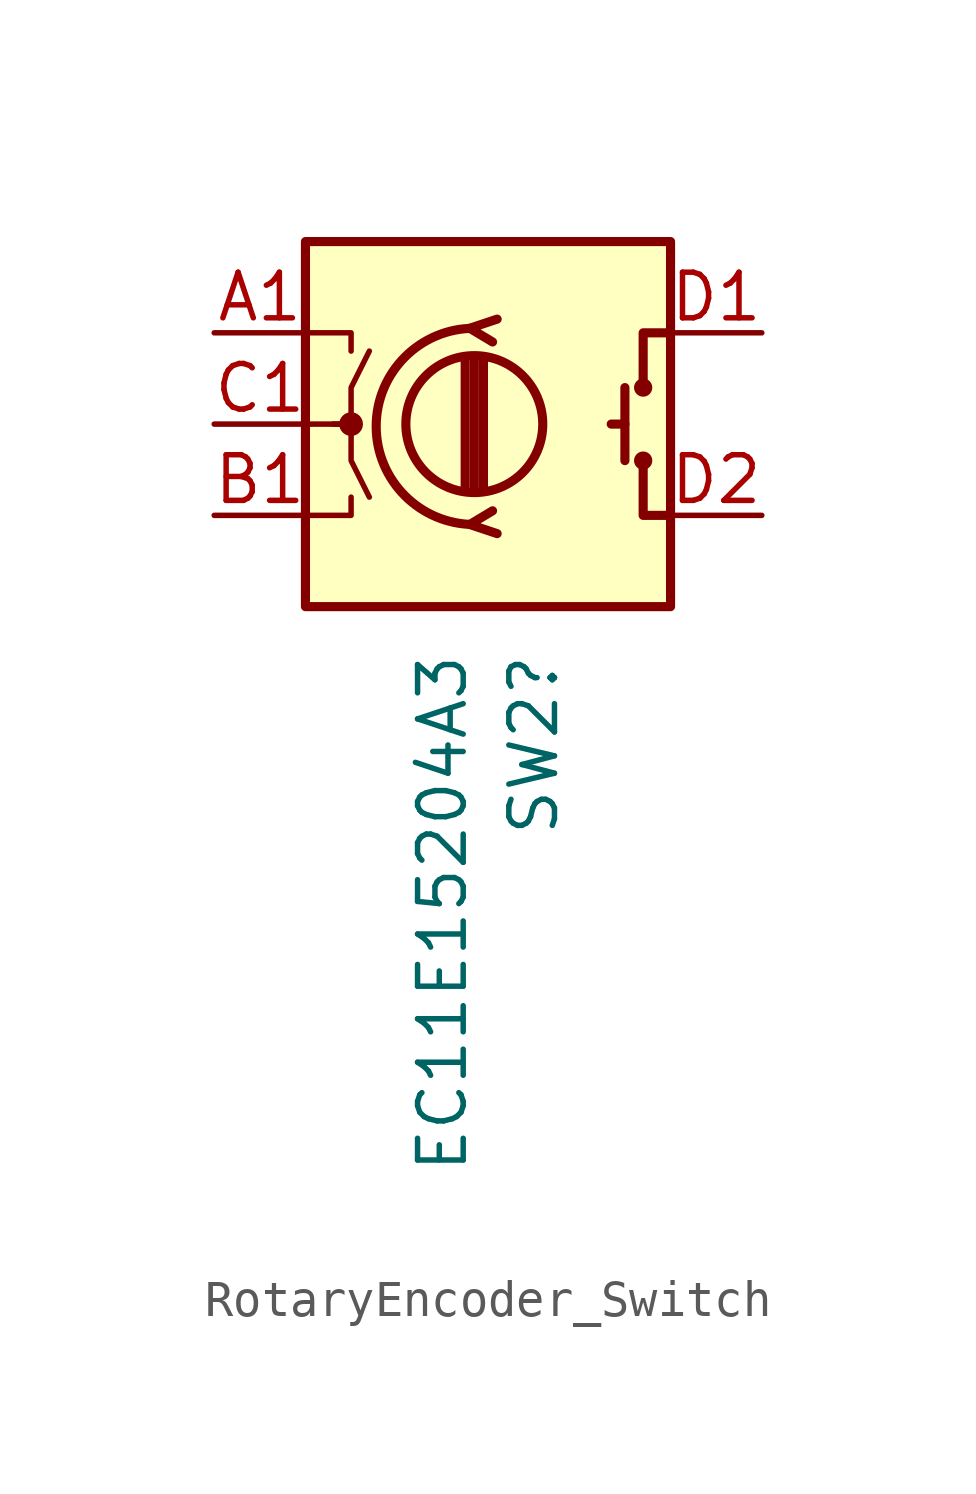
<source format=kicad_sym>
(kicad_symbol_lib
  (version 20241209)
  (generator "kicad_symbol_editor")
  (generator_version "9.0")
  (symbol "RotaryEncoder_Switch"
    (pin_names
      (offset 0.254)
      (hide yes))
    (property "Reference" "SW2"
      (at 1.27 -6.35 90)
      (effects (font (size 1.27 1.27)) (justify right)))
    (property "Value" "EC11E15204A3"
      (at -1.27 -6.35 90)
      (effects (font (size 1.27 1.27)) (justify right)))
    (symbol "RotaryEncoder_Switch_0_1"
      (rectangle (start -5.08 5.08) (end 5.08 -5.08) (stroke (width 0.254) (type default)) (fill (type background)))
      (polyline (pts (xy -5.08 2.54) (xy -3.81 2.54) (xy -3.81 2.032)) (stroke (width 0) (type default)) (fill (type none)))
      (polyline (pts (xy -5.08 0) (xy -3.81 0) (xy -3.81 -1.016) (xy -3.302 -2.032)) (stroke (width 0) (type default)) (fill (type none)))
      (polyline (pts (xy -5.08 -2.54) (xy -3.81 -2.54) (xy -3.81 -2.032)) (stroke (width 0) (type default)) (fill (type none)))
      (polyline (pts (xy -4.318 0) (xy -3.81 0) (xy -3.81 1.016) (xy -3.302 2.032)) (stroke (width 0) (type default)) (fill (type none)))
      (circle (center -3.81 0) (radius 0.254) (stroke (width 0) (type default)) (fill (type outline)))
      (polyline (pts (xy -0.635 -1.778) (xy -0.635 1.778)) (stroke (width 0.254) (type default)) (fill (type none)))
      (circle (center -0.381 0) (radius 1.905) (stroke (width 0.254) (type default)) (fill (type none)))
      (polyline (pts (xy -0.381 -1.778) (xy -0.381 1.778)) (stroke (width 0.254) (type default)) (fill (type none)))
      (arc (start -0.381 -2.794) (mid -3.0988 -0.0635) (end -0.381 2.667) (stroke (width 0.254) (type default)) (fill (type none)))
      (polyline (pts (xy -0.127 1.778) (xy -0.127 -1.778)) (stroke (width 0.254) (type default)) (fill (type none)))
      (polyline (pts (xy 0.254 2.921) (xy -0.508 2.667) (xy 0.127 2.286)) (stroke (width 0.254) (type default)) (fill (type none)))
      (polyline (pts (xy 0.254 -3.048) (xy -0.508 -2.794) (xy 0.127 -2.413)) (stroke (width 0.254) (type default)) (fill (type none)))
      (polyline (pts (xy 3.81 1.016) (xy 3.81 -1.016)) (stroke (width 0.254) (type default)) (fill (type none)))
      (polyline (pts (xy 3.81 0) (xy 3.429 0)) (stroke (width 0.254) (type default)) (fill (type none)))
      (circle (center 4.318 1.016) (radius 0.127) (stroke (width 0.254) (type default)) (fill (type none)))
      (circle (center 4.318 -1.016) (radius 0.127) (stroke (width 0.254) (type default)) (fill (type none)))
      (polyline (pts (xy 5.08 2.54) (xy 4.318 2.54) (xy 4.318 1.016)) (stroke (width 0.254) (type default)) (fill (type none)))
      (polyline (pts (xy 5.08 -2.54) (xy 4.318 -2.54) (xy 4.318 -1.016)) (stroke (width 0.254) (type default)) (fill (type none))))
    (symbol "RotaryEncoder_Switch_1_1"
      (pin passive line (at -7.62 2.54 0) (length 2.54) (name "A" (effects (font (size 1.27 1.27)))) (number "A1" (effects (font (size 1.27 1.27)))))
      (pin passive line (at -7.62 0 0) (length 2.54) (name "C" (effects (font (size 1.27 1.27)))) (number "C1" (effects (font (size 1.27 1.27)))))
      (pin passive line (at -7.62 -2.54 0) (length 2.54) (name "B" (effects (font (size 1.27 1.27)))) (number "B1" (effects (font (size 1.27 1.27)))))
      (pin passive line (at 7.62 2.54 180) (length 2.54) (name "S1" (effects (font (size 1.27 1.27)))) (number "D1" (effects (font (size 1.27 1.27)))))
      (pin passive line (at 7.62 -2.54 180) (length 2.54) (name "S2" (effects (font (size 1.27 1.27)))) (number "D2" (effects (font (size 1.27 1.27))))))))
</source>
